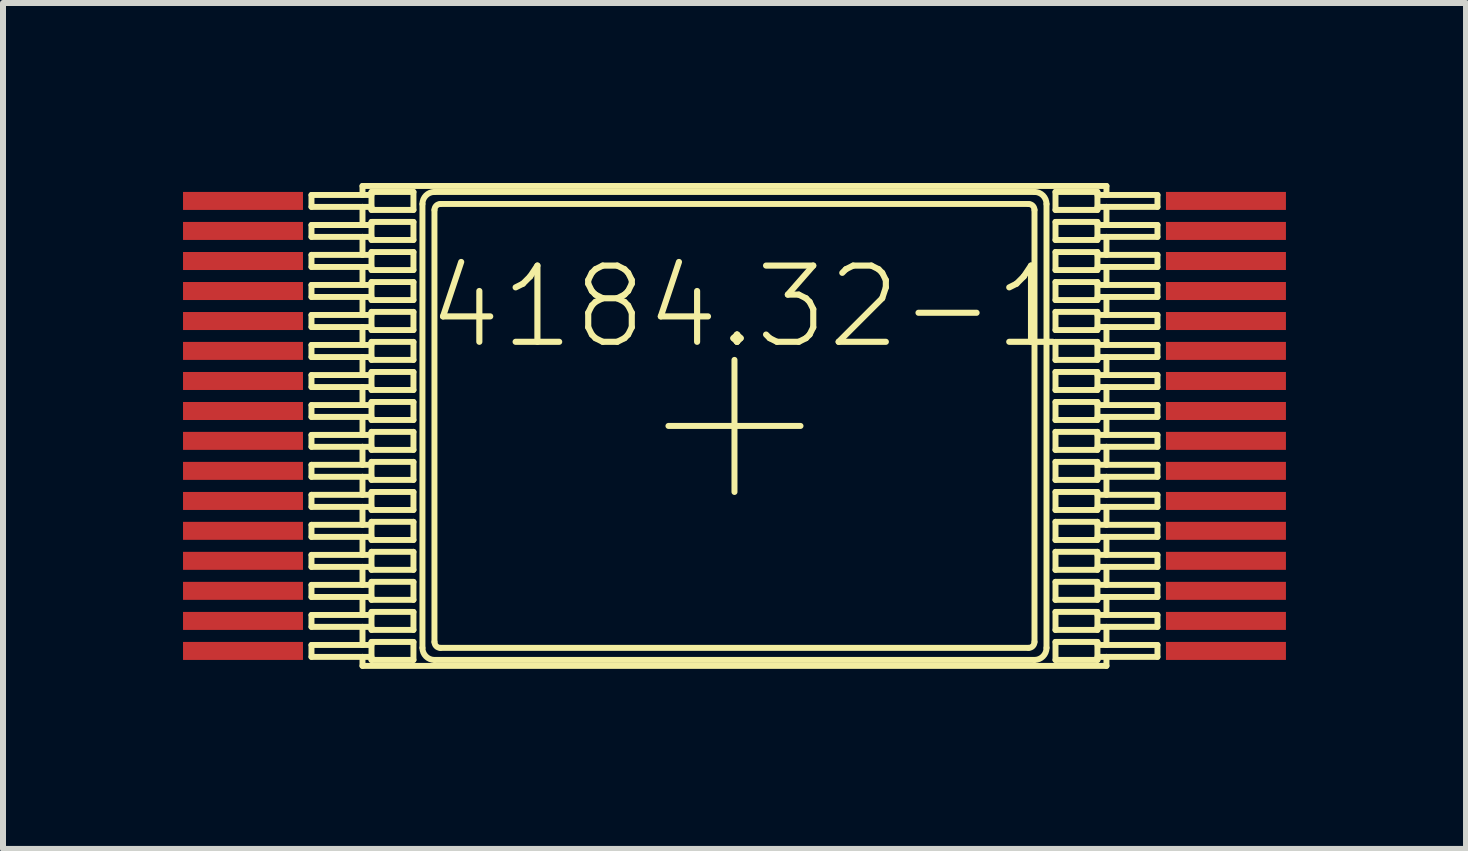
<source format=kicad_pcb>
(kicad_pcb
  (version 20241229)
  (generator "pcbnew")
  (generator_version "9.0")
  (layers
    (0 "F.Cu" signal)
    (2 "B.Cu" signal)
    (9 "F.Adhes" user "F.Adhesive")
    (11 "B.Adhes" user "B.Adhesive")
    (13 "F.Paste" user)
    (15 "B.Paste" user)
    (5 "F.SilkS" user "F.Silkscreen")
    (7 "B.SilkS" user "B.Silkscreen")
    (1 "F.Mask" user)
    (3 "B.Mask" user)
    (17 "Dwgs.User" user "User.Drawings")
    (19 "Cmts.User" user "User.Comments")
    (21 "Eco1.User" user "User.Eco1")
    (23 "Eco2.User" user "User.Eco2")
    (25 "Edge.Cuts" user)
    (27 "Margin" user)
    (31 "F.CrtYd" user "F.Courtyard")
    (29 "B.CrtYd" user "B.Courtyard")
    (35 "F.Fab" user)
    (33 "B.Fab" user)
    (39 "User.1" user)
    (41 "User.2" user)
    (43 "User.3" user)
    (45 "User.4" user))
  (footprint "4184.32-1"
    (layer "F.Cu")
    (at 9.188 4.047)
    (property "Reference" "4184.32-1" (at 0.224 -1.984 0) (layer "F.SilkS") (effects (font (size 1.27 1.27) (thickness 0.102))))
    (attr smd)
    (fp_line (start -7.048 -3.848) (end -7.048 -3.65) (stroke (width 0.099) (type solid)) (layer "F.SilkS"))
    (fp_line (start -7.048 -3.848) (end -6.198 -3.848) (stroke (width 0.099) (type solid)) (layer "F.SilkS"))
    (fp_line (start -7.048 -3.65) (end -6.198 -3.65) (stroke (width 0.099) (type solid)) (layer "F.SilkS"))
    (fp_line (start -7.048 -3.348) (end -7.048 -3.15) (stroke (width 0.099) (type solid)) (layer "F.SilkS"))
    (fp_line (start -7.048 -3.348) (end -6.198 -3.348) (stroke (width 0.099) (type solid)) (layer "F.SilkS"))
    (fp_line (start -7.048 -3.15) (end -6.198 -3.15) (stroke (width 0.099) (type solid)) (layer "F.SilkS"))
    (fp_line (start -7.048 -2.85) (end -7.048 -2.649) (stroke (width 0.099) (type solid)) (layer "F.SilkS"))
    (fp_line (start -7.048 -2.85) (end -6.198 -2.85) (stroke (width 0.099) (type solid)) (layer "F.SilkS"))
    (fp_line (start -7.048 -2.649) (end -6.198 -2.649) (stroke (width 0.099) (type solid)) (layer "F.SilkS"))
    (fp_line (start -7.048 -2.349) (end -7.048 -2.149) (stroke (width 0.099) (type solid)) (layer "F.SilkS"))
    (fp_line (start -7.048 -2.349) (end -6.198 -2.349) (stroke (width 0.099) (type solid)) (layer "F.SilkS"))
    (fp_line (start -7.048 -2.149) (end -6.198 -2.149) (stroke (width 0.099) (type solid)) (layer "F.SilkS"))
    (fp_line (start -7.048 -1.849) (end -7.048 -1.648) (stroke (width 0.099) (type solid)) (layer "F.SilkS"))
    (fp_line (start -7.048 -1.849) (end -6.198 -1.849) (stroke (width 0.099) (type solid)) (layer "F.SilkS"))
    (fp_line (start -7.048 -1.648) (end -6.198 -1.648) (stroke (width 0.099) (type solid)) (layer "F.SilkS"))
    (fp_line (start -7.048 -1.349) (end -7.048 -1.148) (stroke (width 0.099) (type solid)) (layer "F.SilkS"))
    (fp_line (start -7.048 -1.349) (end -6.198 -1.349) (stroke (width 0.099) (type solid)) (layer "F.SilkS"))
    (fp_line (start -7.048 -1.148) (end -6.198 -1.148) (stroke (width 0.099) (type solid)) (layer "F.SilkS"))
    (fp_line (start -7.048 -0.848) (end -7.048 -0.648) (stroke (width 0.099) (type solid)) (layer "F.SilkS"))
    (fp_line (start -7.048 -0.848) (end -6.198 -0.848) (stroke (width 0.099) (type solid)) (layer "F.SilkS"))
    (fp_line (start -7.048 -0.648) (end -6.198 -0.648) (stroke (width 0.099) (type solid)) (layer "F.SilkS"))
    (fp_line (start -7.048 -0.348) (end -7.048 -0.15) (stroke (width 0.099) (type solid)) (layer "F.SilkS"))
    (fp_line (start -7.048 -0.348) (end -6.198 -0.348) (stroke (width 0.099) (type solid)) (layer "F.SilkS"))
    (fp_line (start -7.048 -0.15) (end -6.198 -0.15) (stroke (width 0.099) (type solid)) (layer "F.SilkS"))
    (fp_line (start -7.048 0.15) (end -7.048 0.348) (stroke (width 0.099) (type solid)) (layer "F.SilkS"))
    (fp_line (start -7.048 0.15) (end -6.198 0.15) (stroke (width 0.099) (type solid)) (layer "F.SilkS"))
    (fp_line (start -7.048 0.348) (end -6.198 0.348) (stroke (width 0.099) (type solid)) (layer "F.SilkS"))
    (fp_line (start -7.048 0.648) (end -7.048 0.848) (stroke (width 0.099) (type solid)) (layer "F.SilkS"))
    (fp_line (start -7.048 0.648) (end -6.198 0.648) (stroke (width 0.099) (type solid)) (layer "F.SilkS"))
    (fp_line (start -7.048 0.848) (end -6.198 0.848) (stroke (width 0.099) (type solid)) (layer "F.SilkS"))
    (fp_line (start -7.048 1.148) (end -7.048 1.349) (stroke (width 0.099) (type solid)) (layer "F.SilkS"))
    (fp_line (start -7.048 1.148) (end -6.198 1.148) (stroke (width 0.099) (type solid)) (layer "F.SilkS"))
    (fp_line (start -7.048 1.349) (end -6.198 1.349) (stroke (width 0.099) (type solid)) (layer "F.SilkS"))
    (fp_line (start -7.048 1.648) (end -7.048 1.849) (stroke (width 0.099) (type solid)) (layer "F.SilkS"))
    (fp_line (start -7.048 1.648) (end -6.198 1.648) (stroke (width 0.099) (type solid)) (layer "F.SilkS"))
    (fp_line (start -7.048 1.849) (end -6.198 1.849) (stroke (width 0.099) (type solid)) (layer "F.SilkS"))
    (fp_line (start -7.048 2.149) (end -7.048 2.349) (stroke (width 0.099) (type solid)) (layer "F.SilkS"))
    (fp_line (start -7.048 2.149) (end -6.198 2.149) (stroke (width 0.099) (type solid)) (layer "F.SilkS"))
    (fp_line (start -7.048 2.349) (end -6.198 2.349) (stroke (width 0.099) (type solid)) (layer "F.SilkS"))
    (fp_line (start -7.048 2.649) (end -7.048 2.85) (stroke (width 0.099) (type solid)) (layer "F.SilkS"))
    (fp_line (start -7.048 2.649) (end -6.198 2.649) (stroke (width 0.099) (type solid)) (layer "F.SilkS"))
    (fp_line (start -7.048 2.85) (end -6.198 2.85) (stroke (width 0.099) (type solid)) (layer "F.SilkS"))
    (fp_line (start -7.048 3.15) (end -7.048 3.348) (stroke (width 0.099) (type solid)) (layer "F.SilkS"))
    (fp_line (start -7.048 3.15) (end -6.198 3.15) (stroke (width 0.099) (type solid)) (layer "F.SilkS"))
    (fp_line (start -7.048 3.348) (end -6.198 3.348) (stroke (width 0.099) (type solid)) (layer "F.SilkS"))
    (fp_line (start -7.048 3.65) (end -7.048 3.848) (stroke (width 0.099) (type solid)) (layer "F.SilkS"))
    (fp_line (start -7.048 3.65) (end -6.198 3.65) (stroke (width 0.099) (type solid)) (layer "F.SilkS"))
    (fp_line (start -7.048 3.848) (end -6.198 3.848) (stroke (width 0.099) (type solid)) (layer "F.SilkS"))
    (fp_line (start -6.198 -3.998) (end -6.198 -3.848) (stroke (width 0.099) (type solid)) (layer "F.SilkS"))
    (fp_line (start -6.198 -3.848) (end -6.048 -3.848) (stroke (width 0.099) (type solid)) (layer "F.SilkS"))
    (fp_line (start -6.198 -3.65) (end -6.198 -3.348) (stroke (width 0.099) (type solid)) (layer "F.SilkS"))
    (fp_line (start -6.198 -3.65) (end -6.048 -3.65) (stroke (width 0.099) (type solid)) (layer "F.SilkS"))
    (fp_line (start -6.198 -3.348) (end -6.048 -3.348) (stroke (width 0.099) (type solid)) (layer "F.SilkS"))
    (fp_line (start -6.198 -3.15) (end -6.198 -2.85) (stroke (width 0.099) (type solid)) (layer "F.SilkS"))
    (fp_line (start -6.198 -3.15) (end -6.048 -3.15) (stroke (width 0.099) (type solid)) (layer "F.SilkS"))
    (fp_line (start -6.198 -2.85) (end -6.048 -2.85) (stroke (width 0.099) (type solid)) (layer "F.SilkS"))
    (fp_line (start -6.198 -2.649) (end -6.198 -2.349) (stroke (width 0.099) (type solid)) (layer "F.SilkS"))
    (fp_line (start -6.198 -2.649) (end -6.048 -2.649) (stroke (width 0.099) (type solid)) (layer "F.SilkS"))
    (fp_line (start -6.198 -2.349) (end -6.048 -2.349) (stroke (width 0.099) (type solid)) (layer "F.SilkS"))
    (fp_line (start -6.198 -2.149) (end -6.198 -1.849) (stroke (width 0.099) (type solid)) (layer "F.SilkS"))
    (fp_line (start -6.198 -2.149) (end -6.048 -2.149) (stroke (width 0.099) (type solid)) (layer "F.SilkS"))
    (fp_line (start -6.198 -1.849) (end -6.048 -1.849) (stroke (width 0.099) (type solid)) (layer "F.SilkS"))
    (fp_line (start -6.198 -1.648) (end -6.198 -1.349) (stroke (width 0.099) (type solid)) (layer "F.SilkS"))
    (fp_line (start -6.198 -1.648) (end -6.048 -1.648) (stroke (width 0.099) (type solid)) (layer "F.SilkS"))
    (fp_line (start -6.198 -1.349) (end -6.048 -1.349) (stroke (width 0.099) (type solid)) (layer "F.SilkS"))
    (fp_line (start -6.198 -1.148) (end -6.198 -0.848) (stroke (width 0.099) (type solid)) (layer "F.SilkS"))
    (fp_line (start -6.198 -1.148) (end -6.048 -1.148) (stroke (width 0.099) (type solid)) (layer "F.SilkS"))
    (fp_line (start -6.198 -0.848) (end -6.048 -0.848) (stroke (width 0.099) (type solid)) (layer "F.SilkS"))
    (fp_line (start -6.198 -0.648) (end -6.198 -0.348) (stroke (width 0.099) (type solid)) (layer "F.SilkS"))
    (fp_line (start -6.198 -0.648) (end -6.048 -0.648) (stroke (width 0.099) (type solid)) (layer "F.SilkS"))
    (fp_line (start -6.198 -0.348) (end -6.048 -0.348) (stroke (width 0.099) (type solid)) (layer "F.SilkS"))
    (fp_line (start -6.198 -0.15) (end -6.198 0.15) (stroke (width 0.099) (type solid)) (layer "F.SilkS"))
    (fp_line (start -6.198 -0.15) (end -6.048 -0.15) (stroke (width 0.099) (type solid)) (layer "F.SilkS"))
    (fp_line (start -6.198 0.15) (end -6.048 0.15) (stroke (width 0.099) (type solid)) (layer "F.SilkS"))
    (fp_line (start -6.198 0.348) (end -6.198 0.648) (stroke (width 0.099) (type solid)) (layer "F.SilkS"))
    (fp_line (start -6.198 0.348) (end -6.048 0.348) (stroke (width 0.099) (type solid)) (layer "F.SilkS"))
    (fp_line (start -6.198 0.648) (end -6.048 0.648) (stroke (width 0.099) (type solid)) (layer "F.SilkS"))
    (fp_line (start -6.198 0.848) (end -6.198 1.148) (stroke (width 0.099) (type solid)) (layer "F.SilkS"))
    (fp_line (start -6.198 0.848) (end -6.048 0.848) (stroke (width 0.099) (type solid)) (layer "F.SilkS"))
    (fp_line (start -6.198 1.148) (end -6.048 1.148) (stroke (width 0.099) (type solid)) (layer "F.SilkS"))
    (fp_line (start -6.198 1.349) (end -6.198 1.648) (stroke (width 0.099) (type solid)) (layer "F.SilkS"))
    (fp_line (start -6.198 1.349) (end -6.048 1.349) (stroke (width 0.099) (type solid)) (layer "F.SilkS"))
    (fp_line (start -6.198 1.648) (end -6.048 1.648) (stroke (width 0.099) (type solid)) (layer "F.SilkS"))
    (fp_line (start -6.198 1.849) (end -6.198 2.149) (stroke (width 0.099) (type solid)) (layer "F.SilkS"))
    (fp_line (start -6.198 1.849) (end -6.048 1.849) (stroke (width 0.099) (type solid)) (layer "F.SilkS"))
    (fp_line (start -6.198 2.149) (end -6.048 2.149) (stroke (width 0.099) (type solid)) (layer "F.SilkS"))
    (fp_line (start -6.198 2.349) (end -6.198 2.649) (stroke (width 0.099) (type solid)) (layer "F.SilkS"))
    (fp_line (start -6.198 2.349) (end -6.048 2.349) (stroke (width 0.099) (type solid)) (layer "F.SilkS"))
    (fp_line (start -6.198 2.649) (end -6.048 2.649) (stroke (width 0.099) (type solid)) (layer "F.SilkS"))
    (fp_line (start -6.198 2.85) (end -6.198 3.15) (stroke (width 0.099) (type solid)) (layer "F.SilkS"))
    (fp_line (start -6.198 2.85) (end -6.048 2.85) (stroke (width 0.099) (type solid)) (layer "F.SilkS"))
    (fp_line (start -6.198 3.15) (end -6.048 3.15) (stroke (width 0.099) (type solid)) (layer "F.SilkS"))
    (fp_line (start -6.198 3.348) (end -6.198 3.65) (stroke (width 0.099) (type solid)) (layer "F.SilkS"))
    (fp_line (start -6.198 3.348) (end -6.048 3.348) (stroke (width 0.099) (type solid)) (layer "F.SilkS"))
    (fp_line (start -6.198 3.65) (end -6.048 3.65) (stroke (width 0.099) (type solid)) (layer "F.SilkS"))
    (fp_line (start -6.198 3.848) (end -6.198 3.998) (stroke (width 0.099) (type solid)) (layer "F.SilkS"))
    (fp_line (start -6.198 3.848) (end -6.048 3.848) (stroke (width 0.099) (type solid)) (layer "F.SilkS"))
    (fp_line (start -6.198 3.998) (end 6.198 3.998) (stroke (width 0.099) (type solid)) (layer "F.SilkS"))
    (fp_line (start -6.048 -3.899) (end -5.349 -3.899) (stroke (width 0.099) (type solid)) (layer "F.SilkS"))
    (fp_line (start -6.048 -3.599) (end -6.048 -3.899) (stroke (width 0.099) (type solid)) (layer "F.SilkS"))
    (fp_line (start -6.048 -3.399) (end -5.349 -3.399) (stroke (width 0.099) (type solid)) (layer "F.SilkS"))
    (fp_line (start -6.048 -3.099) (end -6.048 -3.399) (stroke (width 0.099) (type solid)) (layer "F.SilkS"))
    (fp_line (start -6.048 -2.898) (end -5.349 -2.898) (stroke (width 0.099) (type solid)) (layer "F.SilkS"))
    (fp_line (start -6.048 -2.598) (end -6.048 -2.898) (stroke (width 0.099) (type solid)) (layer "F.SilkS"))
    (fp_line (start -6.048 -2.398) (end -5.349 -2.398) (stroke (width 0.099) (type solid)) (layer "F.SilkS"))
    (fp_line (start -6.048 -2.098) (end -6.048 -2.398) (stroke (width 0.099) (type solid)) (layer "F.SilkS"))
    (fp_line (start -6.048 -1.9) (end -5.349 -1.9) (stroke (width 0.099) (type solid)) (layer "F.SilkS"))
    (fp_line (start -6.048 -1.598) (end -6.048 -1.9) (stroke (width 0.099) (type solid)) (layer "F.SilkS"))
    (fp_line (start -6.048 -1.4) (end -5.349 -1.4) (stroke (width 0.099) (type solid)) (layer "F.SilkS"))
    (fp_line (start -6.048 -1.1) (end -6.048 -1.4) (stroke (width 0.099) (type solid)) (layer "F.SilkS"))
    (fp_line (start -6.048 -0.899) (end -5.349 -0.899) (stroke (width 0.099) (type solid)) (layer "F.SilkS"))
    (fp_line (start -6.048 -0.599) (end -6.048 -0.899) (stroke (width 0.099) (type solid)) (layer "F.SilkS"))
    (fp_line (start -6.048 -0.399) (end -5.349 -0.399) (stroke (width 0.099) (type solid)) (layer "F.SilkS"))
    (fp_line (start -6.048 -0.099) (end -6.048 -0.399) (stroke (width 0.099) (type solid)) (layer "F.SilkS"))
    (fp_line (start -6.048 0.099) (end -5.349 0.099) (stroke (width 0.099) (type solid)) (layer "F.SilkS"))
    (fp_line (start -6.048 0.399) (end -6.048 0.099) (stroke (width 0.099) (type solid)) (layer "F.SilkS"))
    (fp_line (start -6.048 0.599) (end -5.349 0.599) (stroke (width 0.099) (type solid)) (layer "F.SilkS"))
    (fp_line (start -6.048 0.899) (end -6.048 0.599) (stroke (width 0.099) (type solid)) (layer "F.SilkS"))
    (fp_line (start -6.048 1.1) (end -5.349 1.1) (stroke (width 0.099) (type solid)) (layer "F.SilkS"))
    (fp_line (start -6.048 1.4) (end -6.048 1.1) (stroke (width 0.099) (type solid)) (layer "F.SilkS"))
    (fp_line (start -6.048 1.598) (end -5.349 1.598) (stroke (width 0.099) (type solid)) (layer "F.SilkS"))
    (fp_line (start -6.048 1.9) (end -6.048 1.598) (stroke (width 0.099) (type solid)) (layer "F.SilkS"))
    (fp_line (start -6.048 2.098) (end -5.349 2.098) (stroke (width 0.099) (type solid)) (layer "F.SilkS"))
    (fp_line (start -6.048 2.398) (end -6.048 2.098) (stroke (width 0.099) (type solid)) (layer "F.SilkS"))
    (fp_line (start -6.048 2.598) (end -5.349 2.598) (stroke (width 0.099) (type solid)) (layer "F.SilkS"))
    (fp_line (start -6.048 2.898) (end -6.048 2.598) (stroke (width 0.099) (type solid)) (layer "F.SilkS"))
    (fp_line (start -6.048 3.099) (end -5.349 3.099) (stroke (width 0.099) (type solid)) (layer "F.SilkS"))
    (fp_line (start -6.048 3.399) (end -6.048 3.099) (stroke (width 0.099) (type solid)) (layer "F.SilkS"))
    (fp_line (start -6.048 3.599) (end -5.349 3.599) (stroke (width 0.099) (type solid)) (layer "F.SilkS"))
    (fp_line (start -6.048 3.899) (end -6.048 3.599) (stroke (width 0.099) (type solid)) (layer "F.SilkS"))
    (fp_line (start -5.349 -3.899) (end -5.349 -3.599) (stroke (width 0.099) (type solid)) (layer "F.SilkS"))
    (fp_line (start -5.349 -3.599) (end -6.048 -3.599) (stroke (width 0.099) (type solid)) (layer "F.SilkS"))
    (fp_line (start -5.349 -3.399) (end -5.349 -3.099) (stroke (width 0.099) (type solid)) (layer "F.SilkS"))
    (fp_line (start -5.349 -3.099) (end -6.048 -3.099) (stroke (width 0.099) (type solid)) (layer "F.SilkS"))
    (fp_line (start -5.349 -2.898) (end -5.349 -2.598) (stroke (width 0.099) (type solid)) (layer "F.SilkS"))
    (fp_line (start -5.349 -2.598) (end -6.048 -2.598) (stroke (width 0.099) (type solid)) (layer "F.SilkS"))
    (fp_line (start -5.349 -2.398) (end -5.349 -2.098) (stroke (width 0.099) (type solid)) (layer "F.SilkS"))
    (fp_line (start -5.349 -2.098) (end -6.048 -2.098) (stroke (width 0.099) (type solid)) (layer "F.SilkS"))
    (fp_line (start -5.349 -1.9) (end -5.349 -1.598) (stroke (width 0.099) (type solid)) (layer "F.SilkS"))
    (fp_line (start -5.349 -1.598) (end -6.048 -1.598) (stroke (width 0.099) (type solid)) (layer "F.SilkS"))
    (fp_line (start -5.349 -1.4) (end -5.349 -1.1) (stroke (width 0.099) (type solid)) (layer "F.SilkS"))
    (fp_line (start -5.349 -1.1) (end -6.048 -1.1) (stroke (width 0.099) (type solid)) (layer "F.SilkS"))
    (fp_line (start -5.349 -0.899) (end -5.349 -0.599) (stroke (width 0.099) (type solid)) (layer "F.SilkS"))
    (fp_line (start -5.349 -0.599) (end -6.048 -0.599) (stroke (width 0.099) (type solid)) (layer "F.SilkS"))
    (fp_line (start -5.349 -0.399) (end -5.349 -0.099) (stroke (width 0.099) (type solid)) (layer "F.SilkS"))
    (fp_line (start -5.349 -0.099) (end -6.048 -0.099) (stroke (width 0.099) (type solid)) (layer "F.SilkS"))
    (fp_line (start -5.349 0.099) (end -5.349 0.399) (stroke (width 0.099) (type solid)) (layer "F.SilkS"))
    (fp_line (start -5.349 0.399) (end -6.048 0.399) (stroke (width 0.099) (type solid)) (layer "F.SilkS"))
    (fp_line (start -5.349 0.599) (end -5.349 0.899) (stroke (width 0.099) (type solid)) (layer "F.SilkS"))
    (fp_line (start -5.349 0.899) (end -6.048 0.899) (stroke (width 0.099) (type solid)) (layer "F.SilkS"))
    (fp_line (start -5.349 1.1) (end -5.349 1.4) (stroke (width 0.099) (type solid)) (layer "F.SilkS"))
    (fp_line (start -5.349 1.4) (end -6.048 1.4) (stroke (width 0.099) (type solid)) (layer "F.SilkS"))
    (fp_line (start -5.349 1.598) (end -5.349 1.9) (stroke (width 0.099) (type solid)) (layer "F.SilkS"))
    (fp_line (start -5.349 1.9) (end -6.048 1.9) (stroke (width 0.099) (type solid)) (layer "F.SilkS"))
    (fp_line (start -5.349 2.098) (end -5.349 2.398) (stroke (width 0.099) (type solid)) (layer "F.SilkS"))
    (fp_line (start -5.349 2.398) (end -6.048 2.398) (stroke (width 0.099) (type solid)) (layer "F.SilkS"))
    (fp_line (start -5.349 2.598) (end -5.349 2.898) (stroke (width 0.099) (type solid)) (layer "F.SilkS"))
    (fp_line (start -5.349 2.898) (end -6.048 2.898) (stroke (width 0.099) (type solid)) (layer "F.SilkS"))
    (fp_line (start -5.349 3.099) (end -5.349 3.399) (stroke (width 0.099) (type solid)) (layer "F.SilkS"))
    (fp_line (start -5.349 3.399) (end -6.048 3.399) (stroke (width 0.099) (type solid)) (layer "F.SilkS"))
    (fp_line (start -5.349 3.599) (end -5.349 3.899) (stroke (width 0.099) (type solid)) (layer "F.SilkS"))
    (fp_line (start -5.349 3.899) (end -6.048 3.899) (stroke (width 0.099) (type solid)) (layer "F.SilkS"))
    (fp_line (start -5.199 -3.698) (end -5.199 3.698) (stroke (width 0.099) (type solid)) (layer "F.SilkS"))
    (fp_line (start -4.999 3.599) (end -4.999 -3.599) (stroke (width 0.099) (type solid)) (layer "F.SilkS"))
    (fp_line (start -4.999 3.899) (end 4.999 3.899) (stroke (width 0.099) (type solid)) (layer "F.SilkS"))
    (fp_line (start -4.9 -3.698) (end 4.9 -3.698) (stroke (width 0.099) (type solid)) (layer "F.SilkS"))
    (fp_line (start -4.9 3.698) (end 4.9 3.698) (stroke (width 0.099) (type solid)) (layer "F.SilkS"))
    (fp_line (start -1.1 0) (end 0 0) (stroke (width 0.1) (type solid)) (layer "F.SilkS"))
    (fp_line (start 0 -1.1) (end 0 0) (stroke (width 0.1) (type solid)) (layer "F.SilkS"))
    (fp_line (start 0 1.1) (end 0 0) (stroke (width 0.1) (type solid)) (layer "F.SilkS"))
    (fp_line (start 1.1 0) (end 0 0) (stroke (width 0.1) (type solid)) (layer "F.SilkS"))
    (fp_line (start 4.999 -3.899) (end -4.999 -3.899) (stroke (width 0.099) (type solid)) (layer "F.SilkS"))
    (fp_line (start 4.999 3.599) (end 4.999 -3.599) (stroke (width 0.099) (type solid)) (layer "F.SilkS"))
    (fp_line (start 5.199 3.698) (end 5.199 -3.698) (stroke (width 0.099) (type solid)) (layer "F.SilkS"))
    (fp_line (start 5.349 -3.899) (end 6.048 -3.899) (stroke (width 0.099) (type solid)) (layer "F.SilkS"))
    (fp_line (start 5.349 -3.599) (end 5.349 -3.899) (stroke (width 0.099) (type solid)) (layer "F.SilkS"))
    (fp_line (start 5.349 -3.399) (end 6.048 -3.399) (stroke (width 0.099) (type solid)) (layer "F.SilkS"))
    (fp_line (start 5.349 -3.099) (end 5.349 -3.399) (stroke (width 0.099) (type solid)) (layer "F.SilkS"))
    (fp_line (start 5.349 -2.898) (end 6.048 -2.898) (stroke (width 0.099) (type solid)) (layer "F.SilkS"))
    (fp_line (start 5.349 -2.598) (end 5.349 -2.898) (stroke (width 0.099) (type solid)) (layer "F.SilkS"))
    (fp_line (start 5.349 -2.398) (end 6.048 -2.398) (stroke (width 0.099) (type solid)) (layer "F.SilkS"))
    (fp_line (start 5.349 -2.098) (end 5.349 -2.398) (stroke (width 0.099) (type solid)) (layer "F.SilkS"))
    (fp_line (start 5.349 -1.9) (end 6.048 -1.9) (stroke (width 0.099) (type solid)) (layer "F.SilkS"))
    (fp_line (start 5.349 -1.598) (end 5.349 -1.9) (stroke (width 0.099) (type solid)) (layer "F.SilkS"))
    (fp_line (start 5.349 -1.4) (end 6.048 -1.4) (stroke (width 0.099) (type solid)) (layer "F.SilkS"))
    (fp_line (start 5.349 -1.1) (end 5.349 -1.4) (stroke (width 0.099) (type solid)) (layer "F.SilkS"))
    (fp_line (start 5.349 -0.899) (end 6.048 -0.899) (stroke (width 0.099) (type solid)) (layer "F.SilkS"))
    (fp_line (start 5.349 -0.599) (end 5.349 -0.899) (stroke (width 0.099) (type solid)) (layer "F.SilkS"))
    (fp_line (start 5.349 -0.399) (end 6.048 -0.399) (stroke (width 0.099) (type solid)) (layer "F.SilkS"))
    (fp_line (start 5.349 -0.099) (end 5.349 -0.399) (stroke (width 0.099) (type solid)) (layer "F.SilkS"))
    (fp_line (start 5.349 0.099) (end 6.048 0.099) (stroke (width 0.099) (type solid)) (layer "F.SilkS"))
    (fp_line (start 5.349 0.399) (end 5.349 0.099) (stroke (width 0.099) (type solid)) (layer "F.SilkS"))
    (fp_line (start 5.349 0.599) (end 6.048 0.599) (stroke (width 0.099) (type solid)) (layer "F.SilkS"))
    (fp_line (start 5.349 0.899) (end 5.349 0.599) (stroke (width 0.099) (type solid)) (layer "F.SilkS"))
    (fp_line (start 5.349 1.1) (end 6.048 1.1) (stroke (width 0.099) (type solid)) (layer "F.SilkS"))
    (fp_line (start 5.349 1.4) (end 5.349 1.1) (stroke (width 0.099) (type solid)) (layer "F.SilkS"))
    (fp_line (start 5.349 1.598) (end 6.048 1.598) (stroke (width 0.099) (type solid)) (layer "F.SilkS"))
    (fp_line (start 5.349 1.9) (end 5.349 1.598) (stroke (width 0.099) (type solid)) (layer "F.SilkS"))
    (fp_line (start 5.349 2.098) (end 6.048 2.098) (stroke (width 0.099) (type solid)) (layer "F.SilkS"))
    (fp_line (start 5.349 2.398) (end 5.349 2.098) (stroke (width 0.099) (type solid)) (layer "F.SilkS"))
    (fp_line (start 5.349 2.598) (end 6.048 2.598) (stroke (width 0.099) (type solid)) (layer "F.SilkS"))
    (fp_line (start 5.349 2.898) (end 5.349 2.598) (stroke (width 0.099) (type solid)) (layer "F.SilkS"))
    (fp_line (start 5.349 3.099) (end 6.048 3.099) (stroke (width 0.099) (type solid)) (layer "F.SilkS"))
    (fp_line (start 5.349 3.399) (end 5.349 3.099) (stroke (width 0.099) (type solid)) (layer "F.SilkS"))
    (fp_line (start 5.349 3.599) (end 6.048 3.599) (stroke (width 0.099) (type solid)) (layer "F.SilkS"))
    (fp_line (start 5.349 3.899) (end 5.349 3.599) (stroke (width 0.099) (type solid)) (layer "F.SilkS"))
    (fp_line (start 6.048 -3.899) (end 6.048 -3.599) (stroke (width 0.099) (type solid)) (layer "F.SilkS"))
    (fp_line (start 6.048 -3.599) (end 5.349 -3.599) (stroke (width 0.099) (type solid)) (layer "F.SilkS"))
    (fp_line (start 6.048 -3.399) (end 6.048 -3.099) (stroke (width 0.099) (type solid)) (layer "F.SilkS"))
    (fp_line (start 6.048 -3.099) (end 5.349 -3.099) (stroke (width 0.099) (type solid)) (layer "F.SilkS"))
    (fp_line (start 6.048 -2.898) (end 6.048 -2.598) (stroke (width 0.099) (type solid)) (layer "F.SilkS"))
    (fp_line (start 6.048 -2.598) (end 5.349 -2.598) (stroke (width 0.099) (type solid)) (layer "F.SilkS"))
    (fp_line (start 6.048 -2.398) (end 6.048 -2.098) (stroke (width 0.099) (type solid)) (layer "F.SilkS"))
    (fp_line (start 6.048 -2.098) (end 5.349 -2.098) (stroke (width 0.099) (type solid)) (layer "F.SilkS"))
    (fp_line (start 6.048 -1.9) (end 6.048 -1.598) (stroke (width 0.099) (type solid)) (layer "F.SilkS"))
    (fp_line (start 6.048 -1.598) (end 5.349 -1.598) (stroke (width 0.099) (type solid)) (layer "F.SilkS"))
    (fp_line (start 6.048 -1.4) (end 6.048 -1.1) (stroke (width 0.099) (type solid)) (layer "F.SilkS"))
    (fp_line (start 6.048 -1.1) (end 5.349 -1.1) (stroke (width 0.099) (type solid)) (layer "F.SilkS"))
    (fp_line (start 6.048 -0.899) (end 6.048 -0.599) (stroke (width 0.099) (type solid)) (layer "F.SilkS"))
    (fp_line (start 6.048 -0.599) (end 5.349 -0.599) (stroke (width 0.099) (type solid)) (layer "F.SilkS"))
    (fp_line (start 6.048 -0.399) (end 6.048 -0.099) (stroke (width 0.099) (type solid)) (layer "F.SilkS"))
    (fp_line (start 6.048 -0.099) (end 5.349 -0.099) (stroke (width 0.099) (type solid)) (layer "F.SilkS"))
    (fp_line (start 6.048 0.099) (end 6.048 0.399) (stroke (width 0.099) (type solid)) (layer "F.SilkS"))
    (fp_line (start 6.048 0.399) (end 5.349 0.399) (stroke (width 0.099) (type solid)) (layer "F.SilkS"))
    (fp_line (start 6.048 0.599) (end 6.048 0.899) (stroke (width 0.099) (type solid)) (layer "F.SilkS"))
    (fp_line (start 6.048 0.899) (end 5.349 0.899) (stroke (width 0.099) (type solid)) (layer "F.SilkS"))
    (fp_line (start 6.048 1.1) (end 6.048 1.4) (stroke (width 0.099) (type solid)) (layer "F.SilkS"))
    (fp_line (start 6.048 1.4) (end 5.349 1.4) (stroke (width 0.099) (type solid)) (layer "F.SilkS"))
    (fp_line (start 6.048 1.598) (end 6.048 1.9) (stroke (width 0.099) (type solid)) (layer "F.SilkS"))
    (fp_line (start 6.048 1.9) (end 5.349 1.9) (stroke (width 0.099) (type solid)) (layer "F.SilkS"))
    (fp_line (start 6.048 2.098) (end 6.048 2.398) (stroke (width 0.099) (type solid)) (layer "F.SilkS"))
    (fp_line (start 6.048 2.398) (end 5.349 2.398) (stroke (width 0.099) (type solid)) (layer "F.SilkS"))
    (fp_line (start 6.048 2.598) (end 6.048 2.898) (stroke (width 0.099) (type solid)) (layer "F.SilkS"))
    (fp_line (start 6.048 2.898) (end 5.349 2.898) (stroke (width 0.099) (type solid)) (layer "F.SilkS"))
    (fp_line (start 6.048 3.099) (end 6.048 3.399) (stroke (width 0.099) (type solid)) (layer "F.SilkS"))
    (fp_line (start 6.048 3.399) (end 5.349 3.399) (stroke (width 0.099) (type solid)) (layer "F.SilkS"))
    (fp_line (start 6.048 3.599) (end 6.048 3.899) (stroke (width 0.099) (type solid)) (layer "F.SilkS"))
    (fp_line (start 6.048 3.899) (end 5.349 3.899) (stroke (width 0.099) (type solid)) (layer "F.SilkS"))
    (fp_line (start 6.198 -3.998) (end -6.198 -3.998) (stroke (width 0.099) (type solid)) (layer "F.SilkS"))
    (fp_line (start 6.198 -3.848) (end 6.048 -3.848) (stroke (width 0.099) (type solid)) (layer "F.SilkS"))
    (fp_line (start 6.198 -3.848) (end 6.198 -3.998) (stroke (width 0.099) (type solid)) (layer "F.SilkS"))
    (fp_line (start 6.198 -3.65) (end 6.048 -3.65) (stroke (width 0.099) (type solid)) (layer "F.SilkS"))
    (fp_line (start 6.198 -3.348) (end 6.048 -3.348) (stroke (width 0.099) (type solid)) (layer "F.SilkS"))
    (fp_line (start 6.198 -3.348) (end 6.198 -3.65) (stroke (width 0.099) (type solid)) (layer "F.SilkS"))
    (fp_line (start 6.198 -3.15) (end 6.048 -3.15) (stroke (width 0.099) (type solid)) (layer "F.SilkS"))
    (fp_line (start 6.198 -2.85) (end 6.048 -2.85) (stroke (width 0.099) (type solid)) (layer "F.SilkS"))
    (fp_line (start 6.198 -2.85) (end 6.198 -3.15) (stroke (width 0.099) (type solid)) (layer "F.SilkS"))
    (fp_line (start 6.198 -2.649) (end 6.048 -2.649) (stroke (width 0.099) (type solid)) (layer "F.SilkS"))
    (fp_line (start 6.198 -2.349) (end 6.048 -2.349) (stroke (width 0.099) (type solid)) (layer "F.SilkS"))
    (fp_line (start 6.198 -2.349) (end 6.198 -2.649) (stroke (width 0.099) (type solid)) (layer "F.SilkS"))
    (fp_line (start 6.198 -2.149) (end 6.048 -2.149) (stroke (width 0.099) (type solid)) (layer "F.SilkS"))
    (fp_line (start 6.198 -1.849) (end 6.048 -1.849) (stroke (width 0.099) (type solid)) (layer "F.SilkS"))
    (fp_line (start 6.198 -1.849) (end 6.198 -2.149) (stroke (width 0.099) (type solid)) (layer "F.SilkS"))
    (fp_line (start 6.198 -1.648) (end 6.048 -1.648) (stroke (width 0.099) (type solid)) (layer "F.SilkS"))
    (fp_line (start 6.198 -1.349) (end 6.048 -1.349) (stroke (width 0.099) (type solid)) (layer "F.SilkS"))
    (fp_line (start 6.198 -1.349) (end 6.198 -1.648) (stroke (width 0.099) (type solid)) (layer "F.SilkS"))
    (fp_line (start 6.198 -1.148) (end 6.048 -1.148) (stroke (width 0.099) (type solid)) (layer "F.SilkS"))
    (fp_line (start 6.198 -0.848) (end 6.048 -0.848) (stroke (width 0.099) (type solid)) (layer "F.SilkS"))
    (fp_line (start 6.198 -0.848) (end 6.198 -1.148) (stroke (width 0.099) (type solid)) (layer "F.SilkS"))
    (fp_line (start 6.198 -0.648) (end 6.048 -0.648) (stroke (width 0.099) (type solid)) (layer "F.SilkS"))
    (fp_line (start 6.198 -0.348) (end 6.048 -0.348) (stroke (width 0.099) (type solid)) (layer "F.SilkS"))
    (fp_line (start 6.198 -0.348) (end 6.198 -0.648) (stroke (width 0.099) (type solid)) (layer "F.SilkS"))
    (fp_line (start 6.198 -0.15) (end 6.048 -0.15) (stroke (width 0.099) (type solid)) (layer "F.SilkS"))
    (fp_line (start 6.198 0.15) (end 6.048 0.15) (stroke (width 0.099) (type solid)) (layer "F.SilkS"))
    (fp_line (start 6.198 0.15) (end 6.198 -0.15) (stroke (width 0.099) (type solid)) (layer "F.SilkS"))
    (fp_line (start 6.198 0.348) (end 6.048 0.348) (stroke (width 0.099) (type solid)) (layer "F.SilkS"))
    (fp_line (start 6.198 0.648) (end 6.048 0.648) (stroke (width 0.099) (type solid)) (layer "F.SilkS"))
    (fp_line (start 6.198 0.648) (end 6.198 0.348) (stroke (width 0.099) (type solid)) (layer "F.SilkS"))
    (fp_line (start 6.198 0.848) (end 6.048 0.848) (stroke (width 0.099) (type solid)) (layer "F.SilkS"))
    (fp_line (start 6.198 1.148) (end 6.048 1.148) (stroke (width 0.099) (type solid)) (layer "F.SilkS"))
    (fp_line (start 6.198 1.148) (end 6.198 0.848) (stroke (width 0.099) (type solid)) (layer "F.SilkS"))
    (fp_line (start 6.198 1.349) (end 6.048 1.349) (stroke (width 0.099) (type solid)) (layer "F.SilkS"))
    (fp_line (start 6.198 1.648) (end 6.048 1.648) (stroke (width 0.099) (type solid)) (layer "F.SilkS"))
    (fp_line (start 6.198 1.648) (end 6.198 1.349) (stroke (width 0.099) (type solid)) (layer "F.SilkS"))
    (fp_line (start 6.198 1.849) (end 6.048 1.849) (stroke (width 0.099) (type solid)) (layer "F.SilkS"))
    (fp_line (start 6.198 2.149) (end 6.048 2.149) (stroke (width 0.099) (type solid)) (layer "F.SilkS"))
    (fp_line (start 6.198 2.149) (end 6.198 1.849) (stroke (width 0.099) (type solid)) (layer "F.SilkS"))
    (fp_line (start 6.198 2.349) (end 6.048 2.349) (stroke (width 0.099) (type solid)) (layer "F.SilkS"))
    (fp_line (start 6.198 2.649) (end 6.048 2.649) (stroke (width 0.099) (type solid)) (layer "F.SilkS"))
    (fp_line (start 6.198 2.649) (end 6.198 2.349) (stroke (width 0.099) (type solid)) (layer "F.SilkS"))
    (fp_line (start 6.198 2.85) (end 6.048 2.85) (stroke (width 0.099) (type solid)) (layer "F.SilkS"))
    (fp_line (start 6.198 3.15) (end 6.048 3.15) (stroke (width 0.099) (type solid)) (layer "F.SilkS"))
    (fp_line (start 6.198 3.15) (end 6.198 2.85) (stroke (width 0.099) (type solid)) (layer "F.SilkS"))
    (fp_line (start 6.198 3.348) (end 6.048 3.348) (stroke (width 0.099) (type solid)) (layer "F.SilkS"))
    (fp_line (start 6.198 3.65) (end 6.048 3.65) (stroke (width 0.099) (type solid)) (layer "F.SilkS"))
    (fp_line (start 6.198 3.65) (end 6.198 3.348) (stroke (width 0.099) (type solid)) (layer "F.SilkS"))
    (fp_line (start 6.198 3.848) (end 6.048 3.848) (stroke (width 0.099) (type solid)) (layer "F.SilkS"))
    (fp_line (start 6.198 3.998) (end 6.198 3.848) (stroke (width 0.099) (type solid)) (layer "F.SilkS"))
    (fp_line (start 7.048 -3.848) (end 6.198 -3.848) (stroke (width 0.099) (type solid)) (layer "F.SilkS"))
    (fp_line (start 7.048 -3.65) (end 6.198 -3.65) (stroke (width 0.099) (type solid)) (layer "F.SilkS"))
    (fp_line (start 7.048 -3.65) (end 7.048 -3.848) (stroke (width 0.099) (type solid)) (layer "F.SilkS"))
    (fp_line (start 7.048 -3.348) (end 6.198 -3.348) (stroke (width 0.099) (type solid)) (layer "F.SilkS"))
    (fp_line (start 7.048 -3.15) (end 6.198 -3.15) (stroke (width 0.099) (type solid)) (layer "F.SilkS"))
    (fp_line (start 7.048 -3.15) (end 7.048 -3.348) (stroke (width 0.099) (type solid)) (layer "F.SilkS"))
    (fp_line (start 7.048 -2.85) (end 6.198 -2.85) (stroke (width 0.099) (type solid)) (layer "F.SilkS"))
    (fp_line (start 7.048 -2.649) (end 6.198 -2.649) (stroke (width 0.099) (type solid)) (layer "F.SilkS"))
    (fp_line (start 7.048 -2.649) (end 7.048 -2.85) (stroke (width 0.099) (type solid)) (layer "F.SilkS"))
    (fp_line (start 7.048 -2.349) (end 6.198 -2.349) (stroke (width 0.099) (type solid)) (layer "F.SilkS"))
    (fp_line (start 7.048 -2.149) (end 6.198 -2.149) (stroke (width 0.099) (type solid)) (layer "F.SilkS"))
    (fp_line (start 7.048 -2.149) (end 7.048 -2.349) (stroke (width 0.099) (type solid)) (layer "F.SilkS"))
    (fp_line (start 7.048 -1.849) (end 6.198 -1.849) (stroke (width 0.099) (type solid)) (layer "F.SilkS"))
    (fp_line (start 7.048 -1.648) (end 6.198 -1.648) (stroke (width 0.099) (type solid)) (layer "F.SilkS"))
    (fp_line (start 7.048 -1.648) (end 7.048 -1.849) (stroke (width 0.099) (type solid)) (layer "F.SilkS"))
    (fp_line (start 7.048 -1.349) (end 6.198 -1.349) (stroke (width 0.099) (type solid)) (layer "F.SilkS"))
    (fp_line (start 7.048 -1.148) (end 6.198 -1.148) (stroke (width 0.099) (type solid)) (layer "F.SilkS"))
    (fp_line (start 7.048 -1.148) (end 7.048 -1.349) (stroke (width 0.099) (type solid)) (layer "F.SilkS"))
    (fp_line (start 7.048 -0.848) (end 6.198 -0.848) (stroke (width 0.099) (type solid)) (layer "F.SilkS"))
    (fp_line (start 7.048 -0.648) (end 6.198 -0.648) (stroke (width 0.099) (type solid)) (layer "F.SilkS"))
    (fp_line (start 7.048 -0.648) (end 7.048 -0.848) (stroke (width 0.099) (type solid)) (layer "F.SilkS"))
    (fp_line (start 7.048 -0.348) (end 6.198 -0.348) (stroke (width 0.099) (type solid)) (layer "F.SilkS"))
    (fp_line (start 7.048 -0.15) (end 6.198 -0.15) (stroke (width 0.099) (type solid)) (layer "F.SilkS"))
    (fp_line (start 7.048 -0.15) (end 7.048 -0.348) (stroke (width 0.099) (type solid)) (layer "F.SilkS"))
    (fp_line (start 7.048 0.15) (end 6.198 0.15) (stroke (width 0.099) (type solid)) (layer "F.SilkS"))
    (fp_line (start 7.048 0.348) (end 6.198 0.348) (stroke (width 0.099) (type solid)) (layer "F.SilkS"))
    (fp_line (start 7.048 0.348) (end 7.048 0.15) (stroke (width 0.099) (type solid)) (layer "F.SilkS"))
    (fp_line (start 7.048 0.648) (end 6.198 0.648) (stroke (width 0.099) (type solid)) (layer "F.SilkS"))
    (fp_line (start 7.048 0.848) (end 6.198 0.848) (stroke (width 0.099) (type solid)) (layer "F.SilkS"))
    (fp_line (start 7.048 0.848) (end 7.048 0.648) (stroke (width 0.099) (type solid)) (layer "F.SilkS"))
    (fp_line (start 7.048 1.148) (end 6.198 1.148) (stroke (width 0.099) (type solid)) (layer "F.SilkS"))
    (fp_line (start 7.048 1.349) (end 6.198 1.349) (stroke (width 0.099) (type solid)) (layer "F.SilkS"))
    (fp_line (start 7.048 1.349) (end 7.048 1.148) (stroke (width 0.099) (type solid)) (layer "F.SilkS"))
    (fp_line (start 7.048 1.648) (end 6.198 1.648) (stroke (width 0.099) (type solid)) (layer "F.SilkS"))
    (fp_line (start 7.048 1.849) (end 6.198 1.849) (stroke (width 0.099) (type solid)) (layer "F.SilkS"))
    (fp_line (start 7.048 1.849) (end 7.048 1.648) (stroke (width 0.099) (type solid)) (layer "F.SilkS"))
    (fp_line (start 7.048 2.149) (end 6.198 2.149) (stroke (width 0.099) (type solid)) (layer "F.SilkS"))
    (fp_line (start 7.048 2.349) (end 6.198 2.349) (stroke (width 0.099) (type solid)) (layer "F.SilkS"))
    (fp_line (start 7.048 2.349) (end 7.048 2.149) (stroke (width 0.099) (type solid)) (layer "F.SilkS"))
    (fp_line (start 7.048 2.649) (end 6.198 2.649) (stroke (width 0.099) (type solid)) (layer "F.SilkS"))
    (fp_line (start 7.048 2.85) (end 6.198 2.85) (stroke (width 0.099) (type solid)) (layer "F.SilkS"))
    (fp_line (start 7.048 2.85) (end 7.048 2.649) (stroke (width 0.099) (type solid)) (layer "F.SilkS"))
    (fp_line (start 7.048 3.15) (end 6.198 3.15) (stroke (width 0.099) (type solid)) (layer "F.SilkS"))
    (fp_line (start 7.048 3.348) (end 6.198 3.348) (stroke (width 0.099) (type solid)) (layer "F.SilkS"))
    (fp_line (start 7.048 3.348) (end 7.048 3.15) (stroke (width 0.099) (type solid)) (layer "F.SilkS"))
    (fp_line (start 7.048 3.65) (end 6.198 3.65) (stroke (width 0.099) (type solid)) (layer "F.SilkS"))
    (fp_line (start 7.048 3.848) (end 6.198 3.848) (stroke (width 0.099) (type solid)) (layer "F.SilkS"))
    (fp_line (start 7.048 3.848) (end 7.048 3.65) (stroke (width 0.099) (type solid)) (layer "F.SilkS"))
    (fp_arc (start -5.19938 -3.69824) (mid -5.140608 -3.840128) (end -4.99872 -3.8989) (stroke (width 0.09906) (type solid)) (layer "F.SilkS"))
    (fp_arc (start -4.99872 -3.59918) (mid -4.969706 -3.669226) (end -4.89966 -3.69824) (stroke (width 0.09906) (type solid)) (layer "F.SilkS"))
    (fp_arc (start -4.99872 3.8989) (mid -5.140608 3.840128) (end -5.19938 3.69824) (stroke (width 0.09906) (type solid)) (layer "F.SilkS"))
    (fp_arc (start -4.89966 3.69824) (mid -4.969706 3.669226) (end -4.99872 3.59918) (stroke (width 0.09906) (type solid)) (layer "F.SilkS"))
    (fp_arc (start 4.89966 -3.69824) (mid 4.969706 -3.669226) (end 4.99872 -3.59918) (stroke (width 0.09906) (type solid)) (layer "F.SilkS"))
    (fp_arc (start 4.99872 -3.8989) (mid 5.140608 -3.840128) (end 5.19938 -3.69824) (stroke (width 0.09906) (type solid)) (layer "F.SilkS"))
    (fp_arc (start 4.99872 3.59918) (mid 4.969706 3.669226) (end 4.89966 3.69824) (stroke (width 0.09906) (type solid)) (layer "F.SilkS"))
    (fp_arc (start 5.19938 3.69824) (mid 5.140608 3.840128) (end 4.99872 3.8989) (stroke (width 0.09906) (type solid)) (layer "F.SilkS"))
    (pad "1" smd rect (at -8.189 -3.749) (size 1.999 0.3) (layers "F.Cu" "F.Mask" "F.Paste"))
    (pad "2" smd rect (at -8.189 -3.249) (size 1.999 0.3) (layers "F.Cu" "F.Mask" "F.Paste"))
    (pad "3" smd rect (at -8.189 -2.748) (size 1.999 0.3) (layers "F.Cu" "F.Mask" "F.Paste"))
    (pad "4" smd rect (at -8.189 -2.248) (size 1.999 0.3) (layers "F.Cu" "F.Mask" "F.Paste"))
    (pad "5" smd rect (at -8.189 -1.748) (size 1.999 0.3) (layers "F.Cu" "F.Mask" "F.Paste"))
    (pad "6" smd rect (at -8.189 -1.25) (size 1.999 0.3) (layers "F.Cu" "F.Mask" "F.Paste"))
    (pad "7" smd rect (at -8.189 -0.749) (size 1.999 0.3) (layers "F.Cu" "F.Mask" "F.Paste"))
    (pad "8" smd rect (at -8.189 -0.249) (size 1.999 0.3) (layers "F.Cu" "F.Mask" "F.Paste"))
    (pad "9" smd rect (at -8.189 0.249) (size 1.999 0.3) (layers "F.Cu" "F.Mask" "F.Paste"))
    (pad "10" smd rect (at -8.189 0.749) (size 1.999 0.3) (layers "F.Cu" "F.Mask" "F.Paste"))
    (pad "11" smd rect (at -8.189 1.25) (size 1.999 0.3) (layers "F.Cu" "F.Mask" "F.Paste"))
    (pad "12" smd rect (at -8.189 1.748) (size 1.999 0.3) (layers "F.Cu" "F.Mask" "F.Paste"))
    (pad "13" smd rect (at -8.189 2.248) (size 1.999 0.3) (layers "F.Cu" "F.Mask" "F.Paste"))
    (pad "14" smd rect (at -8.189 2.748) (size 1.999 0.3) (layers "F.Cu" "F.Mask" "F.Paste"))
    (pad "15" smd rect (at -8.189 3.249) (size 1.999 0.3) (layers "F.Cu" "F.Mask" "F.Paste"))
    (pad "16" smd rect (at -8.189 3.749) (size 1.999 0.3) (layers "F.Cu" "F.Mask" "F.Paste"))
    (pad "17" smd rect (at 8.189 3.749 180) (size 1.999 0.3) (layers "F.Cu" "F.Mask" "F.Paste"))
    (pad "18" smd rect (at 8.189 3.249 180) (size 1.999 0.3) (layers "F.Cu" "F.Mask" "F.Paste"))
    (pad "19" smd rect (at 8.189 2.748 180) (size 1.999 0.3) (layers "F.Cu" "F.Mask" "F.Paste"))
    (pad "20" smd rect (at 8.189 2.248 180) (size 1.999 0.3) (layers "F.Cu" "F.Mask" "F.Paste"))
    (pad "21" smd rect (at 8.189 1.748 180) (size 1.999 0.3) (layers "F.Cu" "F.Mask" "F.Paste"))
    (pad "22" smd rect (at 8.189 1.25 180) (size 1.999 0.3) (layers "F.Cu" "F.Mask" "F.Paste"))
    (pad "23" smd rect (at 8.189 0.749 180) (size 1.999 0.3) (layers "F.Cu" "F.Mask" "F.Paste"))
    (pad "24" smd rect (at 8.189 0.249 180) (size 1.999 0.3) (layers "F.Cu" "F.Mask" "F.Paste"))
    (pad "25" smd rect (at 8.189 -0.249 180) (size 1.999 0.3) (layers "F.Cu" "F.Mask" "F.Paste"))
    (pad "26" smd rect (at 8.189 -0.749 180) (size 1.999 0.3) (layers "F.Cu" "F.Mask" "F.Paste"))
    (pad "27" smd rect (at 8.189 -1.25 180) (size 1.999 0.3) (layers "F.Cu" "F.Mask" "F.Paste"))
    (pad "28" smd rect (at 8.189 -1.748 180) (size 1.999 0.3) (layers "F.Cu" "F.Mask" "F.Paste"))
    (pad "29" smd rect (at 8.189 -2.248 180) (size 1.999 0.3) (layers "F.Cu" "F.Mask" "F.Paste"))
    (pad "30" smd rect (at 8.189 -2.748 180) (size 1.999 0.3) (layers "F.Cu" "F.Mask" "F.Paste"))
    (pad "31" smd rect (at 8.189 -3.249 180) (size 1.999 0.3) (layers "F.Cu" "F.Mask" "F.Paste"))
    (pad "32" smd rect (at 8.189 -3.749 180) (size 1.999 0.3) (layers "F.Cu" "F.Mask" "F.Paste")))
  (gr_rect
    (start -3 -3)
    (end 21.377 11.095)
    (stroke (width 0.1) (type default))
    (fill no)
    (layer "Edge.Cuts")))
</source>
